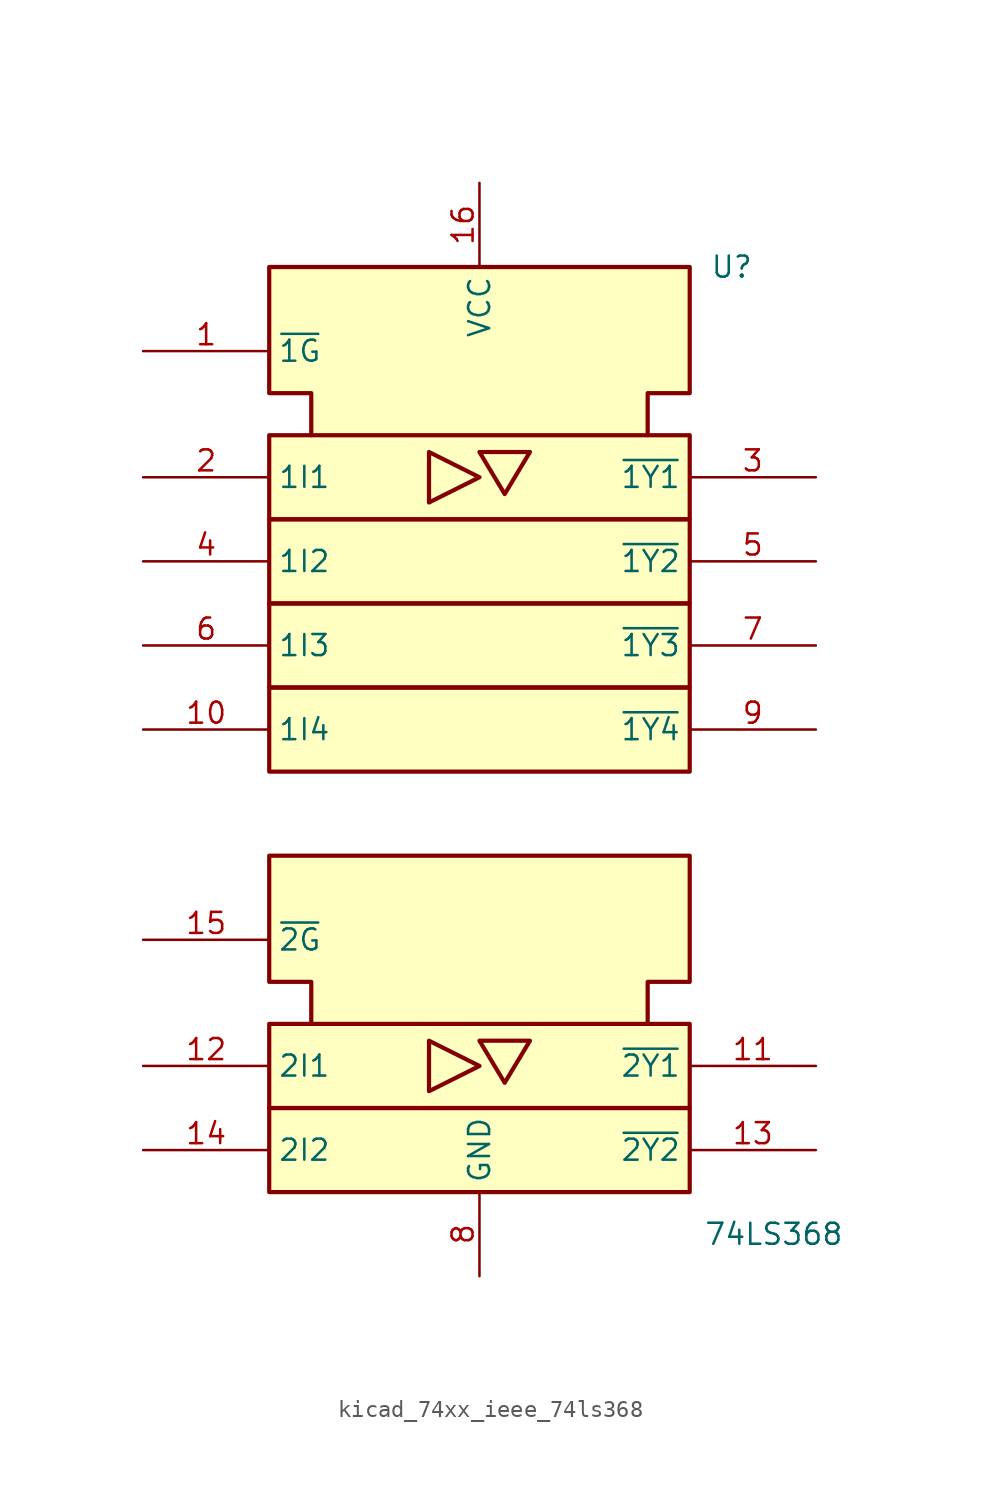
<source format=kicad_sym>
(kicad_symbol_lib
  (version 20220914)
  (generator kicad_symbol_editor)
  (symbol "kicad_74xx_ieee_74ls368"
    (property "Reference" "U"
      (at 15.24 17.78 0)
      (effects (font (size 1.27 1.27))))
    (property "Value" "74LS368"
      (at 17.78 -40.64 0)
      (effects (font (size 1.27 1.27))))
    (symbol "kicad_74xx_ieee_74ls368_0_0"
      (rectangle (start -12.7 -33.02) (end 12.7 -38.1) (stroke (width 0.254) (type default)) (fill (type background)))
      (rectangle (start -12.7 -27.94) (end 12.7 -33.02) (stroke (width 0.254) (type default)) (fill (type background)))
      (rectangle (start -12.7 -7.62) (end 12.7 -12.7) (stroke (width 0.254) (type default)) (fill (type background)))
      (rectangle (start -12.7 -2.54) (end 12.7 -7.62) (stroke (width 0.254) (type default)) (fill (type background)))
      (rectangle (start -12.7 2.54) (end 12.7 -2.54) (stroke (width 0.254) (type default)) (fill (type background)))
      (rectangle (start -12.7 7.62) (end 12.7 2.54) (stroke (width 0.254) (type default)) (fill (type background)))
      (polyline (pts (xy -3.048 -28.956) (xy -3.048 -32.004) (xy 0 -30.48) (xy -3.048 -28.956) (xy -3.048 -28.956)) (stroke (width 0.254) (type default)) (fill (type background)))
      (polyline (pts (xy -3.048 6.604) (xy 0 5.08) (xy -3.048 3.556) (xy -3.048 6.604) (xy -3.048 6.604)) (stroke (width 0.254) (type default)) (fill (type background)))
      (polyline (pts (xy -10.16 -27.94) (xy -10.16 -25.4) (xy -12.7 -25.4) (xy -12.7 -17.78) (xy 12.7 -17.78) (xy 12.7 -25.4) (xy 10.16 -25.4) (xy 10.16 -27.94) (xy 10.16 -27.94)) (stroke (width 0.254) (type default)) (fill (type background)))
      (polyline (pts (xy -10.16 7.62) (xy -10.16 10.16) (xy -12.7 10.16) (xy -12.7 17.78) (xy 12.7 17.78) (xy 12.7 10.16) (xy 10.16 10.16) (xy 10.16 7.62) (xy 10.16 7.62)) (stroke (width 0.254) (type default)) (fill (type background)))
      (pin power_in line (at 0 22.86 270) (length 5.08) (name "VCC" (effects (font (size 1.27 1.27)))) (number "16" (effects (font (size 1.27 1.27)))))
      (pin power_in line (at 0 -43.18 90) (length 5.08) (name "GND" (effects (font (size 1.27 1.27)))) (number "8" (effects (font (size 1.27 1.27))))))
    (symbol "kicad_74xx_ieee_74ls368_0_1"
      (polyline (pts (xy 0 -28.956) (xy 3.048 -28.956) (xy 1.524 -31.496) (xy 0 -28.956) (xy 0 -28.956)) (stroke (width 0.254) (type default)) (fill (type background)))
      (polyline (pts (xy 0 6.604) (xy 3.048 6.604) (xy 1.524 4.064) (xy 0 6.604) (xy 0.508 6.604)) (stroke (width 0.254) (type default)) (fill (type background))))
    (symbol "kicad_74xx_ieee_74ls368_1_1"
      (pin input line (at -20.32 12.7 0) (length 7.62) (name "~{1G}" (effects (font (size 1.27 1.27)))) (number "1" (effects (font (size 1.27 1.27)))))
      (pin input line (at -20.32 -10.16 0) (length 7.62) (name "1I4" (effects (font (size 1.27 1.27)))) (number "10" (effects (font (size 1.27 1.27)))))
      (pin tri_state line (at 20.32 -30.48 180) (length 7.62) (name "~{2Y1}" (effects (font (size 1.27 1.27)))) (number "11" (effects (font (size 1.27 1.27)))))
      (pin input line (at -20.32 -30.48 0) (length 7.62) (name "2I1" (effects (font (size 1.27 1.27)))) (number "12" (effects (font (size 1.27 1.27)))))
      (pin tri_state line (at 20.32 -35.56 180) (length 7.62) (name "~{2Y2}" (effects (font (size 1.27 1.27)))) (number "13" (effects (font (size 1.27 1.27)))))
      (pin input line (at -20.32 -35.56 0) (length 7.62) (name "2I2" (effects (font (size 1.27 1.27)))) (number "14" (effects (font (size 1.27 1.27)))))
      (pin input line (at -20.32 -22.86 0) (length 7.62) (name "~{2G}" (effects (font (size 1.27 1.27)))) (number "15" (effects (font (size 1.27 1.27)))))
      (pin input line (at -20.32 5.08 0) (length 7.62) (name "1I1" (effects (font (size 1.27 1.27)))) (number "2" (effects (font (size 1.27 1.27)))))
      (pin tri_state line (at 20.32 5.08 180) (length 7.62) (name "~{1Y1}" (effects (font (size 1.27 1.27)))) (number "3" (effects (font (size 1.27 1.27)))))
      (pin input line (at -20.32 0 0) (length 7.62) (name "1I2" (effects (font (size 1.27 1.27)))) (number "4" (effects (font (size 1.27 1.27)))))
      (pin tri_state line (at 20.32 0 180) (length 7.62) (name "~{1Y2}" (effects (font (size 1.27 1.27)))) (number "5" (effects (font (size 1.27 1.27)))))
      (pin input line (at -20.32 -5.08 0) (length 7.62) (name "1I3" (effects (font (size 1.27 1.27)))) (number "6" (effects (font (size 1.27 1.27)))))
      (pin tri_state line (at 20.32 -5.08 180) (length 7.62) (name "~{1Y3}" (effects (font (size 1.27 1.27)))) (number "7" (effects (font (size 1.27 1.27)))))
      (pin tri_state line (at 20.32 -10.16 180) (length 7.62) (name "~{1Y4}" (effects (font (size 1.27 1.27)))) (number "9" (effects (font (size 1.27 1.27))))))))
</source>
